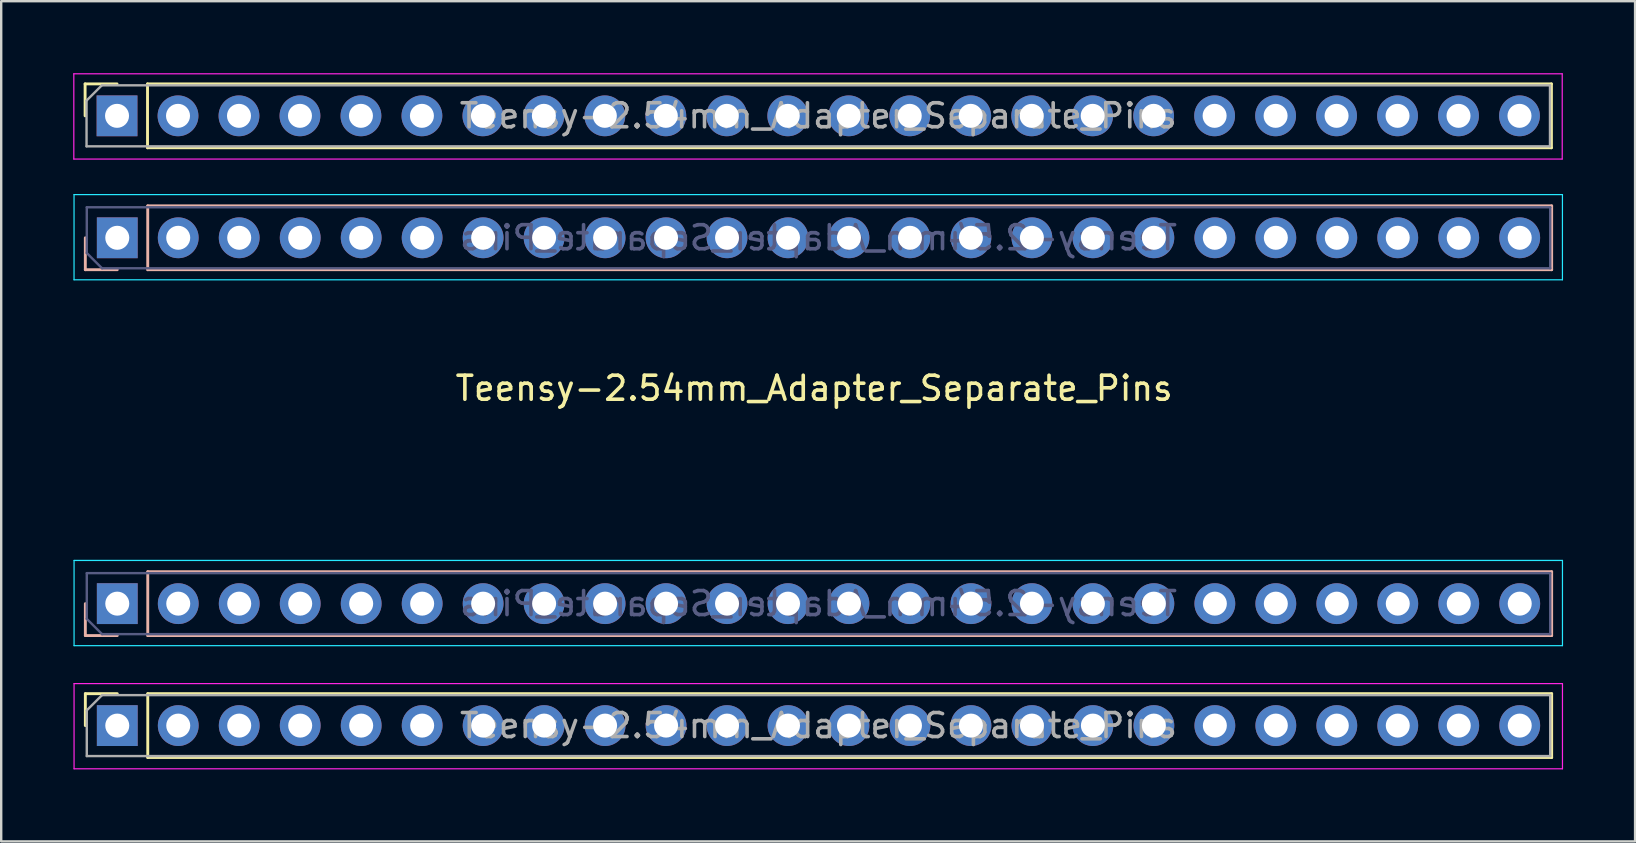
<source format=kicad_pcb>
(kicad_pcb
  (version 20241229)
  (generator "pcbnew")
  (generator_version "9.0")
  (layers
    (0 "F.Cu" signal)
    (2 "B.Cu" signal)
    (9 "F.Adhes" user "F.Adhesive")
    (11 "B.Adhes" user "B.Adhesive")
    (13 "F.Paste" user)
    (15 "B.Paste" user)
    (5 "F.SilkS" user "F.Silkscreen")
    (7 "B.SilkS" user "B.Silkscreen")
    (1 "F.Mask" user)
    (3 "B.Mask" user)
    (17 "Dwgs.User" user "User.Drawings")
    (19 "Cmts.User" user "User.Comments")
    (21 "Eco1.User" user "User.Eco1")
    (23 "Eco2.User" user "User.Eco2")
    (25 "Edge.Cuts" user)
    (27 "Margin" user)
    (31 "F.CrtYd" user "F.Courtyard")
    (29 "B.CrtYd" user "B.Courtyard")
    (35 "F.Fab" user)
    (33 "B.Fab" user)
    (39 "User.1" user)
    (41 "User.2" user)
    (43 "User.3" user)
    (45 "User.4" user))
  (footprint "Teensy-2.54mm_Adapter_Separate_Pins"
    (layer "F.Cu")
    (at 30.862 13.625)
    (property "Reference" "Teensy-2.54mm_Adapter_Separate_Pins" (at 0 -0.5 0) (unlocked yes) (layer "F.SilkS") (effects (font (size 1 1) (thickness 0.15))))
    (attr through_hole)
    (fp_line (start -30.367 -13.18) (end -29.037 -13.18) (stroke (width 0.12) (type solid)) (layer "F.SilkS"))
    (fp_line (start -30.367 -11.85) (end -30.367 -13.18) (stroke (width 0.12) (type solid)) (layer "F.SilkS"))
    (fp_line (start -30.357 12.22) (end -29.027 12.22) (stroke (width 0.12) (type solid)) (layer "F.SilkS"))
    (fp_line (start -30.357 13.55) (end -30.357 12.22) (stroke (width 0.12) (type solid)) (layer "F.SilkS"))
    (fp_line (start -27.767 -13.18) (end 30.713 -13.18) (stroke (width 0.12) (type solid)) (layer "F.SilkS"))
    (fp_line (start -27.767 -10.52) (end -27.767 -13.18) (stroke (width 0.12) (type solid)) (layer "F.SilkS"))
    (fp_line (start -27.767 -10.52) (end 30.713 -10.52) (stroke (width 0.12) (type solid)) (layer "F.SilkS"))
    (fp_line (start -27.757 12.22) (end 30.723 12.22) (stroke (width 0.12) (type solid)) (layer "F.SilkS"))
    (fp_line (start -27.757 14.88) (end -27.757 12.22) (stroke (width 0.12) (type solid)) (layer "F.SilkS"))
    (fp_line (start -27.757 14.88) (end 30.723 14.88) (stroke (width 0.12) (type solid)) (layer "F.SilkS"))
    (fp_line (start 30.713 -10.52) (end 30.713 -13.18) (stroke (width 0.12) (type solid)) (layer "F.SilkS"))
    (fp_line (start 30.723 14.88) (end 30.723 12.22) (stroke (width 0.12) (type solid)) (layer "F.SilkS"))
    (fp_line (start -30.358 -6.77) (end -30.358 -5.44) (stroke (width 0.12) (type solid)) (layer "B.SilkS"))
    (fp_line (start -30.358 -5.44) (end -29.027 -5.44) (stroke (width 0.12) (type solid)) (layer "B.SilkS"))
    (fp_line (start -30.357 8.47) (end -30.357 9.8) (stroke (width 0.12) (type solid)) (layer "B.SilkS"))
    (fp_line (start -30.357 9.8) (end -29.027 9.8) (stroke (width 0.12) (type solid)) (layer "B.SilkS"))
    (fp_line (start -27.758 -8.1) (end -27.758 -5.44) (stroke (width 0.12) (type solid)) (layer "B.SilkS"))
    (fp_line (start -27.758 -8.1) (end 30.723 -8.1) (stroke (width 0.12) (type solid)) (layer "B.SilkS"))
    (fp_line (start -27.758 -5.44) (end 30.723 -5.44) (stroke (width 0.12) (type solid)) (layer "B.SilkS"))
    (fp_line (start -27.757 7.14) (end -27.757 9.8) (stroke (width 0.12) (type solid)) (layer "B.SilkS"))
    (fp_line (start -27.757 7.14) (end 30.723 7.14) (stroke (width 0.12) (type solid)) (layer "B.SilkS"))
    (fp_line (start -27.757 9.8) (end 30.723 9.8) (stroke (width 0.12) (type solid)) (layer "B.SilkS"))
    (fp_line (start 30.723 -8.1) (end 30.723 -5.44) (stroke (width 0.12) (type solid)) (layer "B.SilkS"))
    (fp_line (start 30.723 7.14) (end 30.723 9.8) (stroke (width 0.12) (type solid)) (layer "B.SilkS"))
    (fp_line (start -30.828 -8.57) (end -30.828 -5.02) (stroke (width 0.05) (type solid)) (layer "B.CrtYd"))
    (fp_line (start -30.828 -5.02) (end 31.172 -5.02) (stroke (width 0.05) (type solid)) (layer "B.CrtYd"))
    (fp_line (start -30.827 6.67) (end -30.827 10.22) (stroke (width 0.05) (type solid)) (layer "B.CrtYd"))
    (fp_line (start -30.827 10.22) (end 31.173 10.22) (stroke (width 0.05) (type solid)) (layer "B.CrtYd"))
    (fp_line (start 31.172 -8.57) (end -30.828 -8.57) (stroke (width 0.05) (type solid)) (layer "B.CrtYd"))
    (fp_line (start 31.172 -5.02) (end 31.172 -8.57) (stroke (width 0.05) (type solid)) (layer "B.CrtYd"))
    (fp_line (start 31.173 6.67) (end -30.827 6.67) (stroke (width 0.05) (type solid)) (layer "B.CrtYd"))
    (fp_line (start 31.173 10.22) (end 31.173 6.67) (stroke (width 0.05) (type solid)) (layer "B.CrtYd"))
    (fp_line (start -30.837 -13.6) (end 31.163 -13.6) (stroke (width 0.05) (type solid)) (layer "F.CrtYd"))
    (fp_line (start -30.837 -10.05) (end -30.837 -13.6) (stroke (width 0.05) (type solid)) (layer "F.CrtYd"))
    (fp_line (start -30.827 11.8) (end 31.173 11.8) (stroke (width 0.05) (type solid)) (layer "F.CrtYd"))
    (fp_line (start -30.827 15.35) (end -30.827 11.8) (stroke (width 0.05) (type solid)) (layer "F.CrtYd"))
    (fp_line (start 31.163 -13.6) (end 31.163 -10.05) (stroke (width 0.05) (type solid)) (layer "F.CrtYd"))
    (fp_line (start 31.163 -10.05) (end -30.837 -10.05) (stroke (width 0.05) (type solid)) (layer "F.CrtYd"))
    (fp_line (start 31.173 11.8) (end 31.173 15.35) (stroke (width 0.05) (type solid)) (layer "F.CrtYd"))
    (fp_line (start 31.173 15.35) (end -30.827 15.35) (stroke (width 0.05) (type solid)) (layer "F.CrtYd"))
    (fp_line (start -30.297 -8.04) (end -30.297 -6.135) (stroke (width 0.1) (type solid)) (layer "B.Fab"))
    (fp_line (start -30.297 -6.135) (end -29.663 -5.5) (stroke (width 0.1) (type solid)) (layer "B.Fab"))
    (fp_line (start -30.297 7.2) (end -30.297 9.105) (stroke (width 0.1) (type solid)) (layer "B.Fab"))
    (fp_line (start -30.297 9.105) (end -29.662 9.74) (stroke (width 0.1) (type solid)) (layer "B.Fab"))
    (fp_line (start -29.663 -5.5) (end 30.663 -5.5) (stroke (width 0.1) (type solid)) (layer "B.Fab"))
    (fp_line (start -29.662 9.74) (end 30.663 9.74) (stroke (width 0.1) (type solid)) (layer "B.Fab"))
    (fp_line (start 30.663 -8.04) (end -30.297 -8.04) (stroke (width 0.1) (type solid)) (layer "B.Fab"))
    (fp_line (start 30.663 -5.5) (end 30.663 -8.04) (stroke (width 0.1) (type solid)) (layer "B.Fab"))
    (fp_line (start 30.663 7.2) (end -30.297 7.2) (stroke (width 0.1) (type solid)) (layer "B.Fab"))
    (fp_line (start 30.663 9.74) (end 30.663 7.2) (stroke (width 0.1) (type solid)) (layer "B.Fab"))
    (fp_line (start -30.307 -12.485) (end -29.672 -13.12) (stroke (width 0.1) (type solid)) (layer "F.Fab"))
    (fp_line (start -30.307 -10.58) (end -30.307 -12.485) (stroke (width 0.1) (type solid)) (layer "F.Fab"))
    (fp_line (start -30.297 12.915) (end -29.662 12.28) (stroke (width 0.1) (type solid)) (layer "F.Fab"))
    (fp_line (start -30.297 14.82) (end -30.297 12.915) (stroke (width 0.1) (type solid)) (layer "F.Fab"))
    (fp_line (start -29.672 -13.12) (end 30.653 -13.12) (stroke (width 0.1) (type solid)) (layer "F.Fab"))
    (fp_line (start -29.662 12.28) (end 30.663 12.28) (stroke (width 0.1) (type solid)) (layer "F.Fab"))
    (fp_line (start 30.653 -13.12) (end 30.653 -10.58) (stroke (width 0.1) (type solid)) (layer "F.Fab"))
    (fp_line (start 30.653 -10.58) (end -30.307 -10.58) (stroke (width 0.1) (type solid)) (layer "F.Fab"))
    (fp_line (start 30.663 12.28) (end 30.663 14.82) (stroke (width 0.1) (type solid)) (layer "F.Fab"))
    (fp_line (start 30.663 14.82) (end -30.297 14.82) (stroke (width 0.1) (type solid)) (layer "F.Fab"))
    (fp_text user "${REFERENCE}" (at 0.182 -6.77 0) (layer "B.Fab") (effects (font (size 1 1) (thickness 0.15)) (justify mirror)))
    (fp_text user "${REFERENCE}" (at 0.183 8.47 0) (layer "B.Fab") (effects (font (size 1 1) (thickness 0.15)) (justify mirror)))
    (fp_text user "${REFERENCE}" (at 0.183 13.55 0) (layer "F.Fab") (effects (font (size 1 1) (thickness 0.15))))
    (fp_text user "${REFERENCE}" (at 0.173 -11.85 0) (layer "F.Fab") (effects (font (size 1 1) (thickness 0.15))))
    (pad "1" thru_hole rect (at -29.027 8.47 270) (size 1.7 1.7) (drill 1) (layers "*.Cu" "*.Mask"))
    (pad "1a" thru_hole rect (at -29.027 13.55 90) (size 1.7 1.7) (drill 1) (layers "*.Cu" "*.Mask"))
    (pad "2" thru_hole oval (at -26.487 8.47 270) (size 1.7 1.7) (drill 1) (layers "*.Cu" "*.Mask"))
    (pad "2b" thru_hole oval (at -26.487 13.55 90) (size 1.7 1.7) (drill 1) (layers "*.Cu" "*.Mask"))
    (pad "3" thru_hole oval (at -23.947 8.47 270) (size 1.7 1.7) (drill 1) (layers "*.Cu" "*.Mask"))
    (pad "3b" thru_hole oval (at -23.947 13.55 90) (size 1.7 1.7) (drill 1) (layers "*.Cu" "*.Mask"))
    (pad "4" thru_hole oval (at -21.407 8.47 270) (size 1.7 1.7) (drill 1) (layers "*.Cu" "*.Mask"))
    (pad "4b" thru_hole oval (at -21.407 13.55 90) (size 1.7 1.7) (drill 1) (layers "*.Cu" "*.Mask"))
    (pad "5" thru_hole oval (at -18.867 8.47 270) (size 1.7 1.7) (drill 1) (layers "*.Cu" "*.Mask"))
    (pad "5b" thru_hole oval (at -18.867 13.55 90) (size 1.7 1.7) (drill 1) (layers "*.Cu" "*.Mask"))
    (pad "6" thru_hole oval (at -16.327 8.47 270) (size 1.7 1.7) (drill 1) (layers "*.Cu" "*.Mask"))
    (pad "6b" thru_hole oval (at -16.327 13.55 90) (size 1.7 1.7) (drill 1) (layers "*.Cu" "*.Mask"))
    (pad "7" thru_hole oval (at -13.787 8.47 270) (size 1.7 1.7) (drill 1) (layers "*.Cu" "*.Mask"))
    (pad "7b" thru_hole oval (at -13.787 13.55 90) (size 1.7 1.7) (drill 1) (layers "*.Cu" "*.Mask"))
    (pad "8" thru_hole oval (at -11.247 8.47 270) (size 1.7 1.7) (drill 1) (layers "*.Cu" "*.Mask"))
    (pad "8b" thru_hole oval (at -11.247 13.55 90) (size 1.7 1.7) (drill 1) (layers "*.Cu" "*.Mask"))
    (pad "9" thru_hole oval (at -8.707 8.47 270) (size 1.7 1.7) (drill 1) (layers "*.Cu" "*.Mask"))
    (pad "9b" thru_hole oval (at -8.707 13.55 90) (size 1.7 1.7) (drill 1) (layers "*.Cu" "*.Mask"))
    (pad "10" thru_hole oval (at -6.167 8.47 270) (size 1.7 1.7) (drill 1) (layers "*.Cu" "*.Mask"))
    (pad "10b" thru_hole oval (at -6.167 13.55 90) (size 1.7 1.7) (drill 1) (layers "*.Cu" "*.Mask"))
    (pad "11" thru_hole oval (at -3.627 8.47 270) (size 1.7 1.7) (drill 1) (layers "*.Cu" "*.Mask"))
    (pad "11b" thru_hole oval (at -3.627 13.55 90) (size 1.7 1.7) (drill 1) (layers "*.Cu" "*.Mask"))
    (pad "12" thru_hole oval (at -1.087 8.47 270) (size 1.7 1.7) (drill 1) (layers "*.Cu" "*.Mask"))
    (pad "12b" thru_hole oval (at -1.087 13.55 90) (size 1.7 1.7) (drill 1) (layers "*.Cu" "*.Mask"))
    (pad "13" thru_hole oval (at 1.453 8.47 270) (size 1.7 1.7) (drill 1) (layers "*.Cu" "*.Mask"))
    (pad "13b" thru_hole oval (at 1.453 13.55 90) (size 1.7 1.7) (drill 1) (layers "*.Cu" "*.Mask"))
    (pad "14" thru_hole oval (at 3.993 8.47 270) (size 1.7 1.7) (drill 1) (layers "*.Cu" "*.Mask"))
    (pad "14b" thru_hole oval (at 3.993 13.55 90) (size 1.7 1.7) (drill 1) (layers "*.Cu" "*.Mask"))
    (pad "15" thru_hole oval (at 6.533 8.47 270) (size 1.7 1.7) (drill 1) (layers "*.Cu" "*.Mask"))
    (pad "15b" thru_hole oval (at 6.533 13.55 90) (size 1.7 1.7) (drill 1) (layers "*.Cu" "*.Mask"))
    (pad "16" thru_hole oval (at 9.073 8.47 270) (size 1.7 1.7) (drill 1) (layers "*.Cu" "*.Mask"))
    (pad "16b" thru_hole oval (at 9.073 13.55 90) (size 1.7 1.7) (drill 1) (layers "*.Cu" "*.Mask"))
    (pad "17" thru_hole oval (at 11.613 8.47 270) (size 1.7 1.7) (drill 1) (layers "*.Cu" "*.Mask"))
    (pad "17b" thru_hole oval (at 11.613 13.55 90) (size 1.7 1.7) (drill 1) (layers "*.Cu" "*.Mask"))
    (pad "18" thru_hole oval (at 14.153 8.47 270) (size 1.7 1.7) (drill 1) (layers "*.Cu" "*.Mask"))
    (pad "18b" thru_hole oval (at 14.153 13.55 90) (size 1.7 1.7) (drill 1) (layers "*.Cu" "*.Mask"))
    (pad "19" thru_hole oval (at 16.693 8.47 270) (size 1.7 1.7) (drill 1) (layers "*.Cu" "*.Mask"))
    (pad "19b" thru_hole oval (at 16.693 13.55 90) (size 1.7 1.7) (drill 1) (layers "*.Cu" "*.Mask"))
    (pad "20" thru_hole oval (at 19.233 8.47 270) (size 1.7 1.7) (drill 1) (layers "*.Cu" "*.Mask"))
    (pad "20b" thru_hole oval (at 19.233 13.55 90) (size 1.7 1.7) (drill 1) (layers "*.Cu" "*.Mask"))
    (pad "21" thru_hole oval (at 21.773 8.47 270) (size 1.7 1.7) (drill 1) (layers "*.Cu" "*.Mask"))
    (pad "21b" thru_hole oval (at 21.773 13.55 90) (size 1.7 1.7) (drill 1) (layers "*.Cu" "*.Mask"))
    (pad "22" thru_hole oval (at 24.313 8.47 270) (size 1.7 1.7) (drill 1) (layers "*.Cu" "*.Mask"))
    (pad "22b" thru_hole oval (at 24.313 13.55 90) (size 1.7 1.7) (drill 1) (layers "*.Cu" "*.Mask"))
    (pad "23" thru_hole oval (at 26.853 8.47 270) (size 1.7 1.7) (drill 1) (layers "*.Cu" "*.Mask"))
    (pad "23b" thru_hole oval (at 26.853 13.55 90) (size 1.7 1.7) (drill 1) (layers "*.Cu" "*.Mask"))
    (pad "24" thru_hole oval (at 29.393 8.47 270) (size 1.7 1.7) (drill 1) (layers "*.Cu" "*.Mask"))
    (pad "24b" thru_hole oval (at 29.393 13.55 90) (size 1.7 1.7) (drill 1) (layers "*.Cu" "*.Mask"))
    (pad "25" thru_hole oval (at 29.392 -6.77 270) (size 1.7 1.7) (drill 1) (layers "*.Cu" "*.Mask"))
    (pad "25b" thru_hole oval (at 29.383 -11.85 90) (size 1.7 1.7) (drill 1) (layers "*.Cu" "*.Mask"))
    (pad "26" thru_hole oval (at 26.852 -6.77 270) (size 1.7 1.7) (drill 1) (layers "*.Cu" "*.Mask"))
    (pad "26b" thru_hole oval (at 26.843 -11.85 90) (size 1.7 1.7) (drill 1) (layers "*.Cu" "*.Mask"))
    (pad "27" thru_hole oval (at 24.312 -6.77 270) (size 1.7 1.7) (drill 1) (layers "*.Cu" "*.Mask"))
    (pad "27b" thru_hole oval (at 24.303 -11.85 90) (size 1.7 1.7) (drill 1) (layers "*.Cu" "*.Mask"))
    (pad "28" thru_hole oval (at 21.773 -6.77 270) (size 1.7 1.7) (drill 1) (layers "*.Cu" "*.Mask"))
    (pad "28b" thru_hole oval (at 21.763 -11.85 90) (size 1.7 1.7) (drill 1) (layers "*.Cu" "*.Mask"))
    (pad "29" thru_hole oval (at 19.233 -6.77 270) (size 1.7 1.7) (drill 1) (layers "*.Cu" "*.Mask"))
    (pad "29b" thru_hole oval (at 19.223 -11.85 90) (size 1.7 1.7) (drill 1) (layers "*.Cu" "*.Mask"))
    (pad "30" thru_hole oval (at 16.692 -6.77 270) (size 1.7 1.7) (drill 1) (layers "*.Cu" "*.Mask"))
    (pad "30b" thru_hole oval (at 16.683 -11.85 90) (size 1.7 1.7) (drill 1) (layers "*.Cu" "*.Mask"))
    (pad "31" thru_hole oval (at 14.152 -6.77 270) (size 1.7 1.7) (drill 1) (layers "*.Cu" "*.Mask"))
    (pad "31b" thru_hole oval (at 14.143 -11.85 90) (size 1.7 1.7) (drill 1) (layers "*.Cu" "*.Mask"))
    (pad "32" thru_hole oval (at 11.613 -6.77 270) (size 1.7 1.7) (drill 1) (layers "*.Cu" "*.Mask"))
    (pad "32b" thru_hole oval (at 11.603 -11.85 90) (size 1.7 1.7) (drill 1) (layers "*.Cu" "*.Mask"))
    (pad "33" thru_hole oval (at 9.072 -6.77 270) (size 1.7 1.7) (drill 1) (layers "*.Cu" "*.Mask"))
    (pad "33b" thru_hole oval (at 9.063 -11.85 90) (size 1.7 1.7) (drill 1) (layers "*.Cu" "*.Mask"))
    (pad "34" thru_hole oval (at 6.532 -6.77 270) (size 1.7 1.7) (drill 1) (layers "*.Cu" "*.Mask"))
    (pad "34b" thru_hole oval (at 6.523 -11.85 90) (size 1.7 1.7) (drill 1) (layers "*.Cu" "*.Mask"))
    (pad "35" thru_hole oval (at 3.993 -6.77 270) (size 1.7 1.7) (drill 1) (layers "*.Cu" "*.Mask"))
    (pad "35b" thru_hole oval (at 3.983 -11.85 90) (size 1.7 1.7) (drill 1) (layers "*.Cu" "*.Mask"))
    (pad "36" thru_hole oval (at 1.452 -6.77 270) (size 1.7 1.7) (drill 1) (layers "*.Cu" "*.Mask"))
    (pad "36b" thru_hole oval (at 1.443 -11.85 90) (size 1.7 1.7) (drill 1) (layers "*.Cu" "*.Mask"))
    (pad "37" thru_hole oval (at -1.087 -6.77 270) (size 1.7 1.7) (drill 1) (layers "*.Cu" "*.Mask"))
    (pad "37b" thru_hole oval (at -1.097 -11.85 90) (size 1.7 1.7) (drill 1) (layers "*.Cu" "*.Mask"))
    (pad "38" thru_hole oval (at -3.627 -6.77 270) (size 1.7 1.7) (drill 1) (layers "*.Cu" "*.Mask"))
    (pad "38b" thru_hole oval (at -3.637 -11.85 90) (size 1.7 1.7) (drill 1) (layers "*.Cu" "*.Mask"))
    (pad "39" thru_hole oval (at -6.168 -6.77 270) (size 1.7 1.7) (drill 1) (layers "*.Cu" "*.Mask"))
    (pad "39b" thru_hole oval (at -6.177 -11.85 90) (size 1.7 1.7) (drill 1) (layers "*.Cu" "*.Mask"))
    (pad "40" thru_hole oval (at -8.707 -6.77 270) (size 1.7 1.7) (drill 1) (layers "*.Cu" "*.Mask"))
    (pad "40b" thru_hole oval (at -8.717 -11.85 90) (size 1.7 1.7) (drill 1) (layers "*.Cu" "*.Mask"))
    (pad "41" thru_hole oval (at -11.248 -6.77 270) (size 1.7 1.7) (drill 1) (layers "*.Cu" "*.Mask"))
    (pad "41b" thru_hole oval (at -11.257 -11.85 90) (size 1.7 1.7) (drill 1) (layers "*.Cu" "*.Mask"))
    (pad "42" thru_hole oval (at -13.787 -6.77 270) (size 1.7 1.7) (drill 1) (layers "*.Cu" "*.Mask"))
    (pad "42b" thru_hole oval (at -13.797 -11.85 90) (size 1.7 1.7) (drill 1) (layers "*.Cu" "*.Mask"))
    (pad "43" thru_hole oval (at -16.328 -6.77 270) (size 1.7 1.7) (drill 1) (layers "*.Cu" "*.Mask"))
    (pad "43b" thru_hole oval (at -16.337 -11.85 90) (size 1.7 1.7) (drill 1) (layers "*.Cu" "*.Mask"))
    (pad "44" thru_hole oval (at -18.867 -6.77 270) (size 1.7 1.7) (drill 1) (layers "*.Cu" "*.Mask"))
    (pad "44b" thru_hole oval (at -18.877 -11.85 90) (size 1.7 1.7) (drill 1) (layers "*.Cu" "*.Mask"))
    (pad "45" thru_hole oval (at -21.407 -6.77 270) (size 1.7 1.7) (drill 1) (layers "*.Cu" "*.Mask"))
    (pad "45b" thru_hole oval (at -21.417 -11.85 90) (size 1.7 1.7) (drill 1) (layers "*.Cu" "*.Mask"))
    (pad "46" thru_hole oval (at -23.948 -6.77 270) (size 1.7 1.7) (drill 1) (layers "*.Cu" "*.Mask"))
    (pad "46b" thru_hole oval (at -23.957 -11.85 90) (size 1.7 1.7) (drill 1) (layers "*.Cu" "*.Mask"))
    (pad "47" thru_hole oval (at -26.488 -6.77 270) (size 1.7 1.7) (drill 1) (layers "*.Cu" "*.Mask"))
    (pad "47b" thru_hole oval (at -26.497 -11.85 90) (size 1.7 1.7) (drill 1) (layers "*.Cu" "*.Mask"))
    (pad "48" thru_hole rect (at -29.027 -6.77 270) (size 1.7 1.7) (drill 1) (layers "*.Cu" "*.Mask"))
    (pad "48b" thru_hole rect (at -29.037 -11.85 90) (size 1.7 1.7) (drill 1) (layers "*.Cu" "*.Mask")))
  (gr_rect
    (start -3 -3)
    (end 65.06 32)
    (stroke (width 0.1) (type default))
    (fill no)
    (layer "Edge.Cuts")))
</source>
